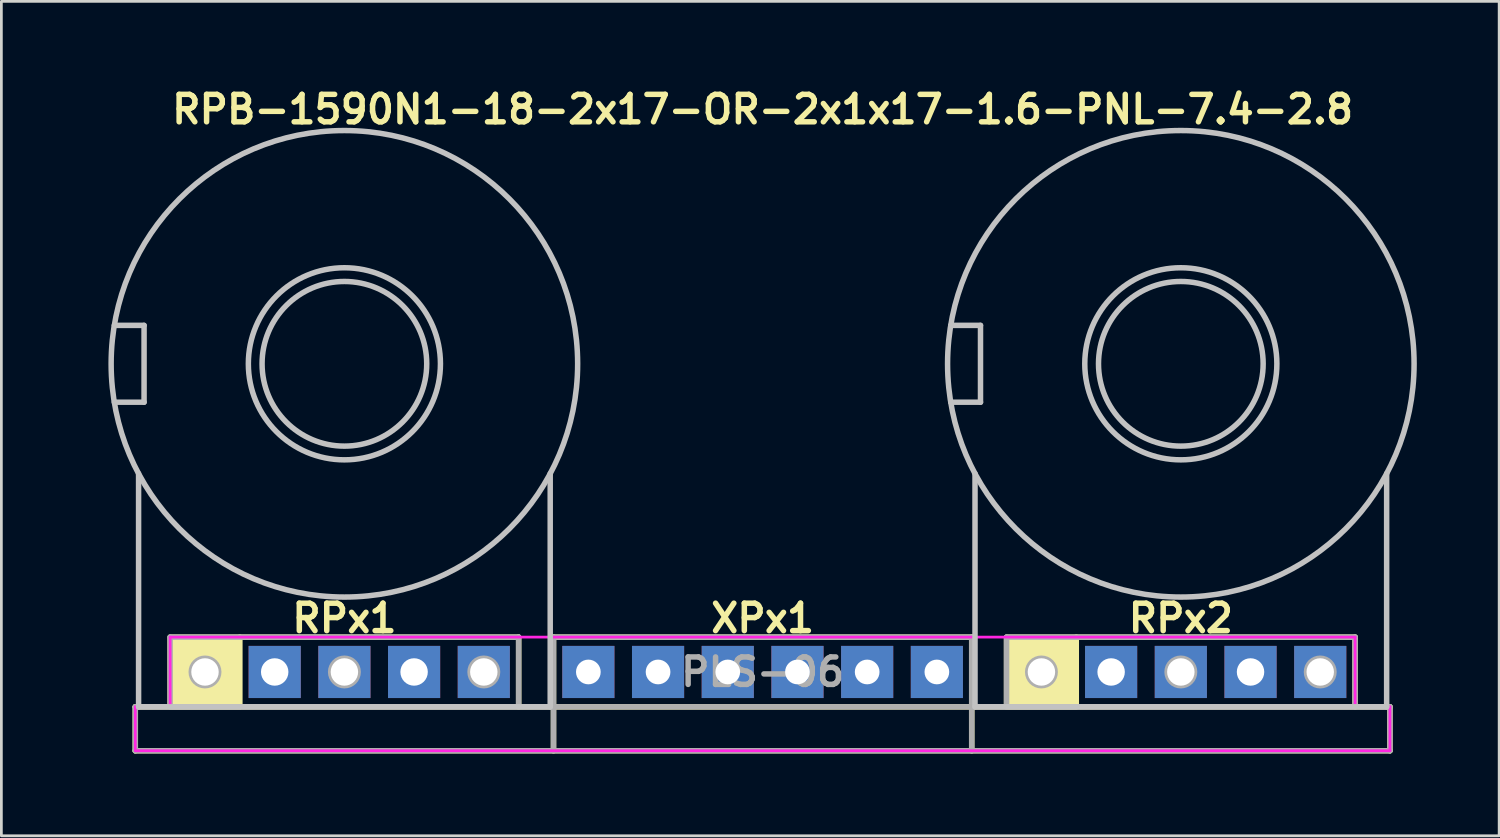
<source format=kicad_pcb>
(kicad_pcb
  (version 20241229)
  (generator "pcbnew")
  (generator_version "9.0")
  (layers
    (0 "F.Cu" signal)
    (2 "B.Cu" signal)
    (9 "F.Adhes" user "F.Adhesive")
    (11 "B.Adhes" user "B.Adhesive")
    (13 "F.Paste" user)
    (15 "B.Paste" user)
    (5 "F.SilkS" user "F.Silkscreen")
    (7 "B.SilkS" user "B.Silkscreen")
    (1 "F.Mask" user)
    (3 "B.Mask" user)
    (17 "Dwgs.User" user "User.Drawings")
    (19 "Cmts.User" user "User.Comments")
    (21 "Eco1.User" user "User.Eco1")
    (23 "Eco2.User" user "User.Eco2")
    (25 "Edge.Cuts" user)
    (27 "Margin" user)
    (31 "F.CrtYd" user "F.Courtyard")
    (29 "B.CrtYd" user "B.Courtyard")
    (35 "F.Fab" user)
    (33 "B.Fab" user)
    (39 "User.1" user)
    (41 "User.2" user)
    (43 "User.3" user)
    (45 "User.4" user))
  (footprint "RPB-1590N1-18-2x17-OR-2x1x17-1.6-PNL-7.4-2.8"
    (layer "F.Cu")
    (at 24.74 10.207)
    (property "Reference" "RPB-1590N1-18-2x17-OR-2x1x17-1.6-PNL-7.4-2.8" (at 0 -9.271 0) (layer "F.SilkS") (effects (font (size 1 1) (thickness 0.2))))
    (attr through_hole)
    (fp_line (start -22.86 12.5) (end -22.86 14.1) (stroke (width 0.2) (type solid)) (layer "F.SilkS"))
    (fp_line (start -22.86 12.5) (end 22.86 12.5) (stroke (width 0.2) (type solid)) (layer "F.SilkS"))
    (fp_line (start -22.86 14.1) (end 22.86 14.1) (stroke (width 0.2) (type solid)) (layer "F.SilkS"))
    (fp_line (start -19.05 9.96) (end -8.89 9.96) (stroke (width 0.2) (type solid)) (layer "F.SilkS"))
    (fp_line (start -8.89 9.96) (end -8.89 12.5) (stroke (width 0.2) (type solid)) (layer "F.SilkS"))
    (fp_line (start -7.62 9.96) (end -7.62 12.5) (stroke (width 0.2) (type solid)) (layer "F.SilkS"))
    (fp_line (start -7.62 9.96) (end 7.62 9.96) (stroke (width 0.2) (type solid)) (layer "F.SilkS"))
    (fp_line (start -7.62 12.5) (end -7.62 14.1) (stroke (width 0.2) (type solid)) (layer "F.SilkS"))
    (fp_line (start 7.62 9.96) (end 7.62 12.5) (stroke (width 0.2) (type solid)) (layer "F.SilkS"))
    (fp_line (start 7.62 12.5) (end 7.62 14.1) (stroke (width 0.2) (type solid)) (layer "F.SilkS"))
    (fp_line (start 11.43 9.96) (end 21.59 9.96) (stroke (width 0.2) (type solid)) (layer "F.SilkS"))
    (fp_line (start 21.59 9.96) (end 21.59 12.5) (stroke (width 0.2) (type solid)) (layer "F.SilkS"))
    (fp_line (start 22.86 12.5) (end 22.86 14.1) (stroke (width 0.2) (type solid)) (layer "F.SilkS"))
    (fp_poly (pts (xy -19.05 12.5) (xy -21.59 12.5) (xy -21.59 9.96) (xy -19.05 9.96)) (stroke (width 0.2) (type solid)) (fill yes) (layer "F.SilkS"))
    (fp_poly (pts (xy 11.43 12.5) (xy 8.89 12.5) (xy 8.89 9.96) (xy 11.43 9.96)) (stroke (width 0.2) (type solid)) (fill yes) (layer "F.SilkS"))
    (fp_line (start -23.624 -1.4) (end -22.54 -1.4) (stroke (width 0.2) (type solid)) (layer "Dwgs.User"))
    (fp_line (start -23.624 1.4) (end -22.54 1.4) (stroke (width 0.2) (type solid)) (layer "Dwgs.User"))
    (fp_line (start -22.74 4) (end -22.74 12.5) (stroke (width 0.2) (type solid)) (layer "Dwgs.User"))
    (fp_line (start -22.74 12.5) (end -7.74 12.5) (stroke (width 0.2) (type solid)) (layer "Dwgs.User"))
    (fp_line (start -22.54 -1.4) (end -22.54 1.4) (stroke (width 0.2) (type solid)) (layer "Dwgs.User"))
    (fp_line (start -7.74 4) (end -7.74 12.5) (stroke (width 0.2) (type solid)) (layer "Dwgs.User"))
    (fp_line (start 6.856 -1.4) (end 7.94 -1.4) (stroke (width 0.2) (type solid)) (layer "Dwgs.User"))
    (fp_line (start 6.856 1.4) (end 7.94 1.4) (stroke (width 0.2) (type solid)) (layer "Dwgs.User"))
    (fp_line (start 7.74 4) (end 7.74 12.5) (stroke (width 0.2) (type solid)) (layer "Dwgs.User"))
    (fp_line (start 7.74 12.5) (end 22.74 12.5) (stroke (width 0.2) (type solid)) (layer "Dwgs.User"))
    (fp_line (start 7.94 -1.4) (end 7.94 1.4) (stroke (width 0.2) (type solid)) (layer "Dwgs.User"))
    (fp_line (start 22.74 4) (end 22.74 12.5) (stroke (width 0.2) (type solid)) (layer "Dwgs.User"))
    (fp_circle (center -15.24 0) (end -12.24 0) (stroke (width 0.2) (type solid)) (fill no) (layer "Dwgs.User"))
    (fp_circle (center -15.24 0) (end -11.74 0) (stroke (width 0.2) (type solid)) (fill no) (layer "Dwgs.User"))
    (fp_circle (center -15.24 0) (end -6.74 0) (stroke (width 0.2) (type solid)) (fill no) (layer "Dwgs.User"))
    (fp_circle (center 15.24 0) (end 18.24 0) (stroke (width 0.2) (type solid)) (fill no) (layer "Dwgs.User"))
    (fp_circle (center 15.24 0) (end 18.74 0) (stroke (width 0.2) (type solid)) (fill no) (layer "Dwgs.User"))
    (fp_circle (center 15.24 0) (end 23.74 0) (stroke (width 0.2) (type solid)) (fill no) (layer "Dwgs.User"))
    (fp_circle (center -23.14 0) (end -21.74 0) (stroke (width 0.4) (type solid)) (fill no) (layer "Eco1.User"))
    (fp_circle (center -15.24 0) (end -11.54 0) (stroke (width 0.4) (type solid)) (fill no) (layer "Eco1.User"))
    (fp_circle (center 7.34 0) (end 8.74 0) (stroke (width 0.4) (type solid)) (fill no) (layer "Eco1.User"))
    (fp_circle (center 15.24 0) (end 18.94 0) (stroke (width 0.4) (type solid)) (fill no) (layer "Eco1.User"))
    (fp_line (start -22.86 12.5) (end -22.86 14.1) (stroke (width 0.1) (type solid)) (layer "F.CrtYd"))
    (fp_line (start -22.86 12.5) (end -21.59 12.5) (stroke (width 0.1) (type solid)) (layer "F.CrtYd"))
    (fp_line (start -22.86 14.1) (end 22.86 14.1) (stroke (width 0.1) (type solid)) (layer "F.CrtYd"))
    (fp_line (start -21.59 9.96) (end -21.59 12.5) (stroke (width 0.1) (type solid)) (layer "F.CrtYd"))
    (fp_line (start -21.59 9.96) (end 21.59 9.96) (stroke (width 0.1) (type solid)) (layer "F.CrtYd"))
    (fp_line (start 21.59 9.96) (end 21.59 12.5) (stroke (width 0.1) (type solid)) (layer "F.CrtYd"))
    (fp_line (start 21.59 12.5) (end 22.86 12.5) (stroke (width 0.1) (type solid)) (layer "F.CrtYd"))
    (fp_line (start 22.86 12.5) (end 22.86 14.1) (stroke (width 0.1) (type solid)) (layer "F.CrtYd"))
    (fp_line (start -22.86 12.5) (end -22.86 14.1) (stroke (width 0.2) (type solid)) (layer "F.Fab"))
    (fp_line (start -22.86 12.5) (end 22.86 12.5) (stroke (width 0.2) (type solid)) (layer "F.Fab"))
    (fp_line (start -22.86 14.1) (end 22.86 14.1) (stroke (width 0.2) (type solid)) (layer "F.Fab"))
    (fp_line (start -21.59 9.96) (end -21.59 12.5) (stroke (width 0.2) (type solid)) (layer "F.Fab"))
    (fp_line (start -21.59 9.96) (end -8.89 9.96) (stroke (width 0.2) (type solid)) (layer "F.Fab"))
    (fp_line (start -8.89 9.96) (end -8.89 12.5) (stroke (width 0.2) (type solid)) (layer "F.Fab"))
    (fp_line (start -7.62 9.96) (end -7.62 12.5) (stroke (width 0.2) (type solid)) (layer "F.Fab"))
    (fp_line (start -7.62 9.96) (end 7.62 9.96) (stroke (width 0.2) (type solid)) (layer "F.Fab"))
    (fp_line (start -7.62 12.5) (end -7.62 14.1) (stroke (width 0.2) (type solid)) (layer "F.Fab"))
    (fp_line (start 7.62 9.96) (end 7.62 12.5) (stroke (width 0.2) (type solid)) (layer "F.Fab"))
    (fp_line (start 7.62 12.5) (end 7.62 14.1) (stroke (width 0.2) (type solid)) (layer "F.Fab"))
    (fp_line (start 8.89 9.96) (end 8.89 12.5) (stroke (width 0.2) (type solid)) (layer "F.Fab"))
    (fp_line (start 8.89 9.96) (end 21.59 9.96) (stroke (width 0.2) (type solid)) (layer "F.Fab"))
    (fp_line (start 21.59 9.96) (end 21.59 12.5) (stroke (width 0.2) (type solid)) (layer "F.Fab"))
    (fp_line (start 22.86 12.5) (end 22.86 14.1) (stroke (width 0.2) (type solid)) (layer "F.Fab"))
    (fp_circle (center -20.32 11.23) (end -19.82 11.23) (stroke (width 0.2) (type solid)) (fill no) (layer "F.Fab"))
    (fp_circle (center -15.24 11.23) (end -14.74 11.23) (stroke (width 0.2) (type solid)) (fill no) (layer "F.Fab"))
    (fp_circle (center -10.16 11.23) (end -9.66 11.23) (stroke (width 0.2) (type solid)) (fill no) (layer "F.Fab"))
    (fp_circle (center 10.16 11.23) (end 10.66 11.23) (stroke (width 0.2) (type solid)) (fill no) (layer "F.Fab"))
    (fp_circle (center 15.24 11.23) (end 15.74 11.23) (stroke (width 0.2) (type solid)) (fill no) (layer "F.Fab"))
    (fp_circle (center 20.32 11.23) (end 20.82 11.23) (stroke (width 0.2) (type solid)) (fill no) (layer "F.Fab"))
    (fp_text user "XPx1" (at 0 9.271 0) (layer "F.SilkS") (effects (font (size 1 1) (thickness 0.2))))
    (fp_text user "RPx1" (at -15.24 9.271 0) (layer "F.SilkS") (effects (font (size 1 1) (thickness 0.2))))
    (fp_text user "RPx2" (at 15.24 9.271 0) (layer "F.SilkS") (effects (font (size 1 1) (thickness 0.2))))
    (fp_text user "PLS-06" (at 0 11.23 0) (layer "F.Fab") (effects (font (size 1 1) (thickness 0.2))))
    (pad "11" thru_hole rect (at -20.32 11.23) (size 1.9 1.9) (drill 1) (layers "*.Cu" "*.Mask"))
    (pad "11" thru_hole rect (at -1.27 11.23) (size 1.9 1.9) (drill 0.9) (layers "*.Cu" "*.Mask"))
    (pad "12" thru_hole rect (at -15.24 11.23) (size 1.9 1.9) (drill 1) (layers "*.Cu" "*.Mask"))
    (pad "12" thru_hole rect (at -3.81 11.23) (size 1.9 1.9) (drill 0.9) (layers "*.Cu" "*.Mask"))
    (pad "13" thru_hole rect (at -10.16 11.23) (size 1.9 1.9) (drill 1) (layers "*.Cu" "*.Mask"))
    (pad "13" thru_hole rect (at -6.35 11.23) (size 1.9 1.9) (drill 0.9) (layers "*.Cu" "*.Mask"))
    (pad "21" thru_hole rect (at 6.35 11.23) (size 1.9 1.9) (drill 0.9) (layers "*.Cu" "*.Mask"))
    (pad "21" thru_hole rect (at 10.16 11.23) (size 1.9 1.9) (drill 1) (layers "*.Cu" "*.Mask"))
    (pad "22" thru_hole rect (at 3.81 11.23) (size 1.9 1.9) (drill 0.9) (layers "*.Cu" "*.Mask"))
    (pad "22" thru_hole rect (at 15.24 11.23) (size 1.9 1.9) (drill 1) (layers "*.Cu" "*.Mask"))
    (pad "23" thru_hole rect (at 1.27 11.23) (size 1.9 1.9) (drill 0.9) (layers "*.Cu" "*.Mask"))
    (pad "23" thru_hole rect (at 20.32 11.23) (size 1.9 1.9) (drill 1) (layers "*.Cu" "*.Mask"))
    (pad "NC1" thru_hole rect (at -17.78 11.23) (size 1.9 1.9) (drill 1) (layers "*.Cu" "*.Mask"))
    (pad "NC2" thru_hole rect (at -12.7 11.23) (size 1.9 1.9) (drill 1) (layers "*.Cu" "*.Mask"))
    (pad "NC3" thru_hole rect (at 12.7 11.23) (size 1.9 1.9) (drill 1) (layers "*.Cu" "*.Mask"))
    (pad "NC4" thru_hole rect (at 17.78 11.23) (size 1.9 1.9) (drill 1) (layers "*.Cu" "*.Mask")))
  (gr_rect
    (start -3 -3)
    (end 51.58 27.407)
    (stroke (width 0.1) (type default))
    (fill no)
    (layer "Edge.Cuts")))
</source>
